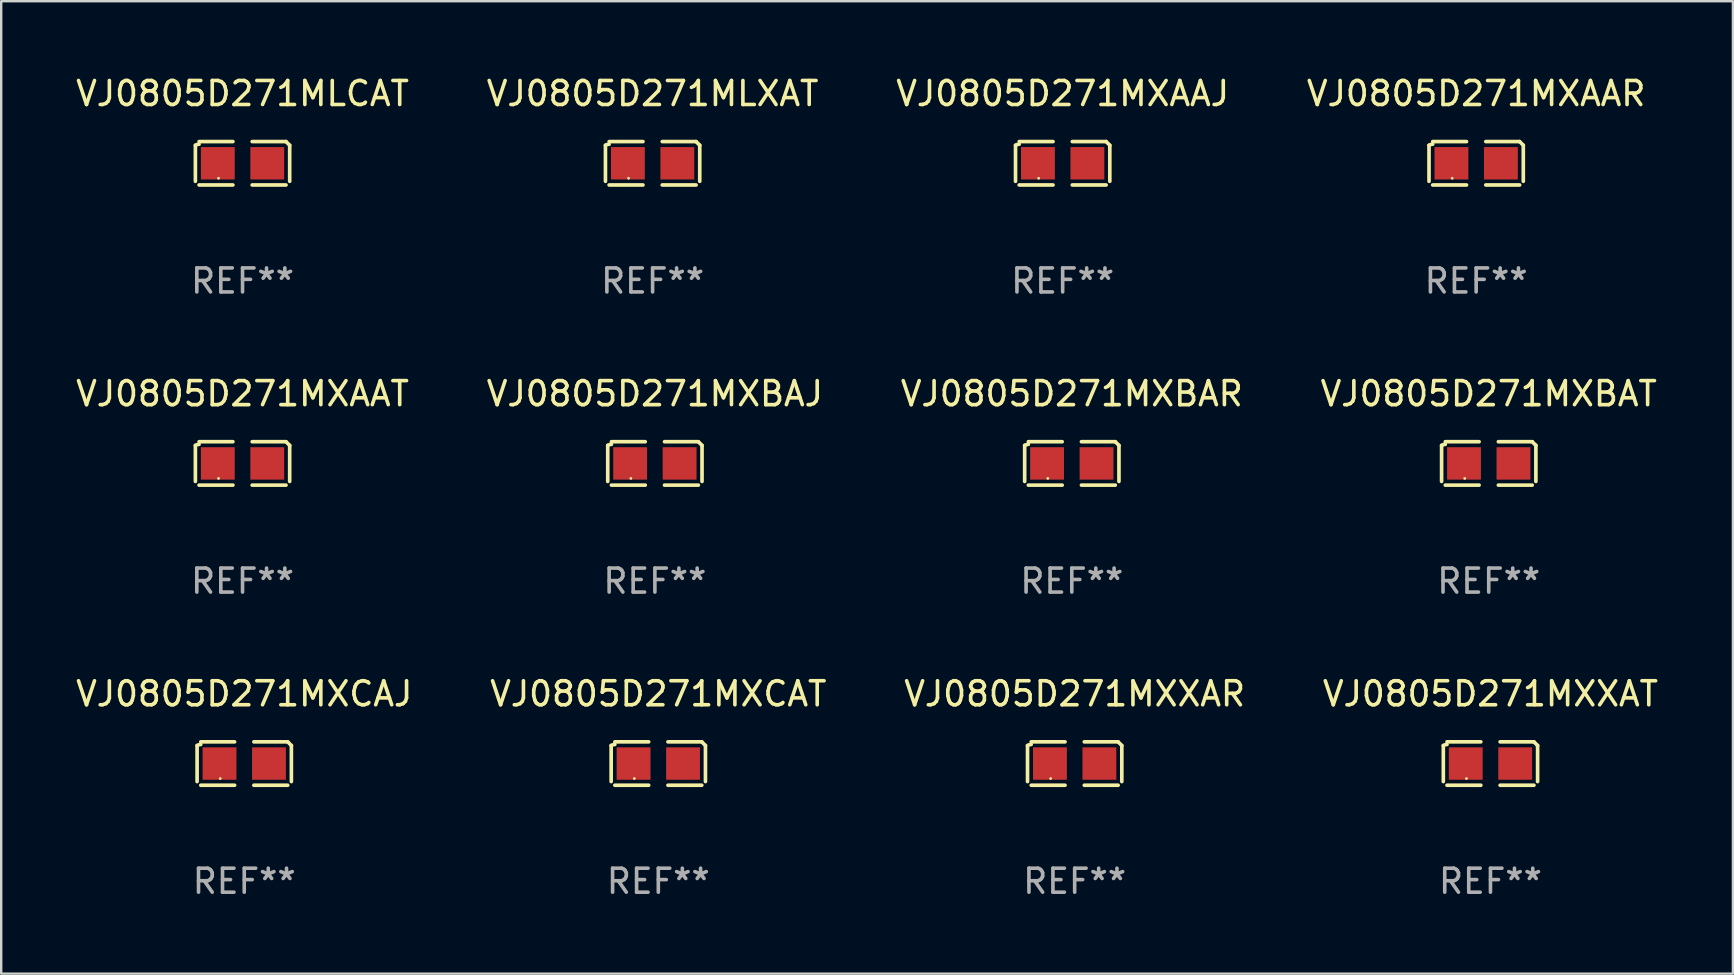
<source format=kicad_pcb>
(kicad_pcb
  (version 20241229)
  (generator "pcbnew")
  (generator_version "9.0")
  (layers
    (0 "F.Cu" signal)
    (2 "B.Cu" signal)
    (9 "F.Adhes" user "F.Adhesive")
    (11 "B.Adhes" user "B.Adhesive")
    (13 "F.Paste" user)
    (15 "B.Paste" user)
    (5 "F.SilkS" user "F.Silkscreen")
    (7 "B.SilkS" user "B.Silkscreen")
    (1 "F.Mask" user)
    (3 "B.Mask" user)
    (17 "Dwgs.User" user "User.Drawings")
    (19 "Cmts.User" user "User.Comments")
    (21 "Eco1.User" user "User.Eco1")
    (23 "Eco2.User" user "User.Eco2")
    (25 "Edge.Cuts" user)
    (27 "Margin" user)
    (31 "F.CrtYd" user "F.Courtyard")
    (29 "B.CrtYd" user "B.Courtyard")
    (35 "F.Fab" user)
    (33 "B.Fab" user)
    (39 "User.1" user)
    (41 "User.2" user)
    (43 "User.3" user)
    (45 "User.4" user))
  (footprint "VJ0805D271MXXAR"
    (layer "F.Cu")
    (at 41.72 28.759)
    (property "Reference" "VJ0805D271MXXAR" (at 0 -2.904 0) (layer "F.SilkS") (effects (font (size 1 1) (thickness 0.15))))
    (attr through_hole)
    (fp_line (start -1.964 0.751) (end -1.964 -0.751) (stroke (width 0.152) (type solid)) (layer "F.SilkS"))
    (fp_line (start -1.811 -0.904) (end -0.401 -0.904) (stroke (width 0.152) (type solid)) (layer "F.SilkS"))
    (fp_line (start -0.401 0.904) (end -1.811 0.904) (stroke (width 0.152) (type solid)) (layer "F.SilkS"))
    (fp_line (start 0.401 0.904) (end 1.811 0.904) (stroke (width 0.152) (type solid)) (layer "F.SilkS"))
    (fp_line (start 1.811 -0.904) (end 0.401 -0.904) (stroke (width 0.152) (type solid)) (layer "F.SilkS"))
    (fp_line (start 1.964 0.751) (end 1.964 -0.751) (stroke (width 0.152) (type solid)) (layer "F.SilkS"))
    (fp_arc (start -1.963602 -0.751207) (mid -1.890354 -0.783131) (end -1.811201 -0.794044) (stroke (width 0.1524) (type solid)) (layer "F.SilkS"))
    (fp_arc (start 1.811202 -0.903607) (mid 1.887413 -0.827418) (end 1.963602 -0.751207) (stroke (width 0.1524) (type solid)) (layer "F.SilkS"))
    (fp_circle (center -1 0.625) (end -0.97 0.625) (stroke (width 0.06) (type solid)) (fill no) (layer "F.SilkS"))
    (fp_text user "REF**" (at 0 4.904 0) (layer "F.Fab") (effects (font (size 1 1) (thickness 0.15))))
    (pad "1" smd rect (at -1.03 0) (size 1.41 1.35) (layers "F.Cu" "F.Mask" "F.Paste"))
    (pad "2" smd rect (at 1.03 0) (size 1.41 1.35) (layers "F.Cu" "F.Mask" "F.Paste")))
  (footprint "VJ0805D271MXCAJ"
    (layer "F.Cu")
    (at 7.125 28.759)
    (property "Reference" "VJ0805D271MXCAJ" (at 0 -2.904 0) (layer "F.SilkS") (effects (font (size 1 1) (thickness 0.15))))
    (attr through_hole)
    (fp_line (start -1.964 0.751) (end -1.964 -0.751) (stroke (width 0.152) (type solid)) (layer "F.SilkS"))
    (fp_line (start -1.811 -0.904) (end -0.401 -0.904) (stroke (width 0.152) (type solid)) (layer "F.SilkS"))
    (fp_line (start -0.401 0.904) (end -1.811 0.904) (stroke (width 0.152) (type solid)) (layer "F.SilkS"))
    (fp_line (start 0.401 0.904) (end 1.811 0.904) (stroke (width 0.152) (type solid)) (layer "F.SilkS"))
    (fp_line (start 1.811 -0.904) (end 0.401 -0.904) (stroke (width 0.152) (type solid)) (layer "F.SilkS"))
    (fp_line (start 1.964 0.751) (end 1.964 -0.751) (stroke (width 0.152) (type solid)) (layer "F.SilkS"))
    (fp_arc (start -1.963602 -0.751207) (mid -1.890354 -0.783131) (end -1.811201 -0.794044) (stroke (width 0.1524) (type solid)) (layer "F.SilkS"))
    (fp_arc (start 1.811202 -0.903607) (mid 1.887413 -0.827418) (end 1.963602 -0.751207) (stroke (width 0.1524) (type solid)) (layer "F.SilkS"))
    (fp_circle (center -1 0.625) (end -0.97 0.625) (stroke (width 0.06) (type solid)) (fill no) (layer "F.SilkS"))
    (fp_text user "REF**" (at 0 4.904 0) (layer "F.Fab") (effects (font (size 1 1) (thickness 0.15))))
    (pad "1" smd rect (at -1.03 0) (size 1.41 1.35) (layers "F.Cu" "F.Mask" "F.Paste"))
    (pad "2" smd rect (at 1.03 0) (size 1.41 1.35) (layers "F.Cu" "F.Mask" "F.Paste")))
  (footprint "VJ0805D271MXXAT"
    (layer "F.Cu")
    (at 59.042 28.759)
    (property "Reference" "VJ0805D271MXXAT" (at 0 -2.904 0) (layer "F.SilkS") (effects (font (size 1 1) (thickness 0.15))))
    (attr through_hole)
    (fp_line (start -1.964 0.751) (end -1.964 -0.751) (stroke (width 0.152) (type solid)) (layer "F.SilkS"))
    (fp_line (start -1.811 -0.904) (end -0.401 -0.904) (stroke (width 0.152) (type solid)) (layer "F.SilkS"))
    (fp_line (start -0.401 0.904) (end -1.811 0.904) (stroke (width 0.152) (type solid)) (layer "F.SilkS"))
    (fp_line (start 0.401 0.904) (end 1.811 0.904) (stroke (width 0.152) (type solid)) (layer "F.SilkS"))
    (fp_line (start 1.811 -0.904) (end 0.401 -0.904) (stroke (width 0.152) (type solid)) (layer "F.SilkS"))
    (fp_line (start 1.964 0.751) (end 1.964 -0.751) (stroke (width 0.152) (type solid)) (layer "F.SilkS"))
    (fp_arc (start -1.963602 -0.751207) (mid -1.890354 -0.783131) (end -1.811201 -0.794044) (stroke (width 0.1524) (type solid)) (layer "F.SilkS"))
    (fp_arc (start 1.811202 -0.903607) (mid 1.887413 -0.827418) (end 1.963602 -0.751207) (stroke (width 0.1524) (type solid)) (layer "F.SilkS"))
    (fp_circle (center -1 0.625) (end -0.97 0.625) (stroke (width 0.06) (type solid)) (fill no) (layer "F.SilkS"))
    (fp_text user "REF**" (at 0 4.904 0) (layer "F.Fab") (effects (font (size 1 1) (thickness 0.15))))
    (pad "1" smd rect (at -1.03 0) (size 1.41 1.35) (layers "F.Cu" "F.Mask" "F.Paste"))
    (pad "2" smd rect (at 1.03 0) (size 1.41 1.35) (layers "F.Cu" "F.Mask" "F.Paste")))
  (footprint "VJ0805D271MXAAR"
    (layer "F.Cu")
    (at 58.446 3.752)
    (property "Reference" "VJ0805D271MXAAR" (at 0 -2.904 0) (layer "F.SilkS") (effects (font (size 1 1) (thickness 0.15))))
    (attr through_hole)
    (fp_line (start -1.964 0.751) (end -1.964 -0.751) (stroke (width 0.152) (type solid)) (layer "F.SilkS"))
    (fp_line (start -1.811 -0.904) (end -0.401 -0.904) (stroke (width 0.152) (type solid)) (layer "F.SilkS"))
    (fp_line (start -0.401 0.904) (end -1.811 0.904) (stroke (width 0.152) (type solid)) (layer "F.SilkS"))
    (fp_line (start 0.401 0.904) (end 1.811 0.904) (stroke (width 0.152) (type solid)) (layer "F.SilkS"))
    (fp_line (start 1.811 -0.904) (end 0.401 -0.904) (stroke (width 0.152) (type solid)) (layer "F.SilkS"))
    (fp_line (start 1.964 0.751) (end 1.964 -0.751) (stroke (width 0.152) (type solid)) (layer "F.SilkS"))
    (fp_arc (start -1.963602 -0.751207) (mid -1.890354 -0.783131) (end -1.811201 -0.794044) (stroke (width 0.1524) (type solid)) (layer "F.SilkS"))
    (fp_arc (start 1.811202 -0.903607) (mid 1.887413 -0.827418) (end 1.963602 -0.751207) (stroke (width 0.1524) (type solid)) (layer "F.SilkS"))
    (fp_circle (center -1 0.625) (end -0.97 0.625) (stroke (width 0.06) (type solid)) (fill no) (layer "F.SilkS"))
    (fp_text user "REF**" (at 0 4.904 0) (layer "F.Fab") (effects (font (size 1 1) (thickness 0.15))))
    (pad "1" smd rect (at -1.03 0) (size 1.41 1.35) (layers "F.Cu" "F.Mask" "F.Paste"))
    (pad "2" smd rect (at 1.03 0) (size 1.41 1.35) (layers "F.Cu" "F.Mask" "F.Paste")))
  (footprint "VJ0805D271MXBAT"
    (layer "F.Cu")
    (at 58.97 16.256)
    (property "Reference" "VJ0805D271MXBAT" (at 0 -2.904 0) (layer "F.SilkS") (effects (font (size 1 1) (thickness 0.15))))
    (attr through_hole)
    (fp_line (start -1.964 0.751) (end -1.964 -0.751) (stroke (width 0.152) (type solid)) (layer "F.SilkS"))
    (fp_line (start -1.811 -0.904) (end -0.401 -0.904) (stroke (width 0.152) (type solid)) (layer "F.SilkS"))
    (fp_line (start -0.401 0.904) (end -1.811 0.904) (stroke (width 0.152) (type solid)) (layer "F.SilkS"))
    (fp_line (start 0.401 0.904) (end 1.811 0.904) (stroke (width 0.152) (type solid)) (layer "F.SilkS"))
    (fp_line (start 1.811 -0.904) (end 0.401 -0.904) (stroke (width 0.152) (type solid)) (layer "F.SilkS"))
    (fp_line (start 1.964 0.751) (end 1.964 -0.751) (stroke (width 0.152) (type solid)) (layer "F.SilkS"))
    (fp_arc (start -1.963602 -0.751207) (mid -1.890354 -0.783131) (end -1.811201 -0.794044) (stroke (width 0.1524) (type solid)) (layer "F.SilkS"))
    (fp_arc (start 1.811202 -0.903607) (mid 1.887413 -0.827418) (end 1.963602 -0.751207) (stroke (width 0.1524) (type solid)) (layer "F.SilkS"))
    (fp_circle (center -1 0.625) (end -0.97 0.625) (stroke (width 0.06) (type solid)) (fill no) (layer "F.SilkS"))
    (fp_text user "REF**" (at 0 4.904 0) (layer "F.Fab") (effects (font (size 1 1) (thickness 0.15))))
    (pad "1" smd rect (at -1.03 0) (size 1.41 1.35) (layers "F.Cu" "F.Mask" "F.Paste"))
    (pad "2" smd rect (at 1.03 0) (size 1.41 1.35) (layers "F.Cu" "F.Mask" "F.Paste")))
  (footprint "VJ0805D271MLXAT"
    (layer "F.Cu")
    (at 24.137 3.752)
    (property "Reference" "VJ0805D271MLXAT" (at 0 -2.904 0) (layer "F.SilkS") (effects (font (size 1 1) (thickness 0.15))))
    (attr through_hole)
    (fp_line (start -1.964 0.751) (end -1.964 -0.751) (stroke (width 0.152) (type solid)) (layer "F.SilkS"))
    (fp_line (start -1.811 -0.904) (end -0.401 -0.904) (stroke (width 0.152) (type solid)) (layer "F.SilkS"))
    (fp_line (start -0.401 0.904) (end -1.811 0.904) (stroke (width 0.152) (type solid)) (layer "F.SilkS"))
    (fp_line (start 0.401 0.904) (end 1.811 0.904) (stroke (width 0.152) (type solid)) (layer "F.SilkS"))
    (fp_line (start 1.811 -0.904) (end 0.401 -0.904) (stroke (width 0.152) (type solid)) (layer "F.SilkS"))
    (fp_line (start 1.964 0.751) (end 1.964 -0.751) (stroke (width 0.152) (type solid)) (layer "F.SilkS"))
    (fp_arc (start -1.963602 -0.751207) (mid -1.890354 -0.783131) (end -1.811201 -0.794044) (stroke (width 0.1524) (type solid)) (layer "F.SilkS"))
    (fp_arc (start 1.811202 -0.903607) (mid 1.887413 -0.827418) (end 1.963602 -0.751207) (stroke (width 0.1524) (type solid)) (layer "F.SilkS"))
    (fp_circle (center -1 0.625) (end -0.97 0.625) (stroke (width 0.06) (type solid)) (fill no) (layer "F.SilkS"))
    (fp_text user "REF**" (at 0 4.904 0) (layer "F.Fab") (effects (font (size 1 1) (thickness 0.15))))
    (pad "1" smd rect (at -1.03 0) (size 1.41 1.35) (layers "F.Cu" "F.Mask" "F.Paste"))
    (pad "2" smd rect (at 1.03 0) (size 1.41 1.35) (layers "F.Cu" "F.Mask" "F.Paste")))
  (footprint "VJ0805D271MXAAT"
    (layer "F.Cu")
    (at 7.054 16.256)
    (property "Reference" "VJ0805D271MXAAT" (at 0 -2.904 0) (layer "F.SilkS") (effects (font (size 1 1) (thickness 0.15))))
    (attr through_hole)
    (fp_line (start -1.964 0.751) (end -1.964 -0.751) (stroke (width 0.152) (type solid)) (layer "F.SilkS"))
    (fp_line (start -1.811 -0.904) (end -0.401 -0.904) (stroke (width 0.152) (type solid)) (layer "F.SilkS"))
    (fp_line (start -0.401 0.904) (end -1.811 0.904) (stroke (width 0.152) (type solid)) (layer "F.SilkS"))
    (fp_line (start 0.401 0.904) (end 1.811 0.904) (stroke (width 0.152) (type solid)) (layer "F.SilkS"))
    (fp_line (start 1.811 -0.904) (end 0.401 -0.904) (stroke (width 0.152) (type solid)) (layer "F.SilkS"))
    (fp_line (start 1.964 0.751) (end 1.964 -0.751) (stroke (width 0.152) (type solid)) (layer "F.SilkS"))
    (fp_arc (start -1.963602 -0.751207) (mid -1.890354 -0.783131) (end -1.811201 -0.794044) (stroke (width 0.1524) (type solid)) (layer "F.SilkS"))
    (fp_arc (start 1.811202 -0.903607) (mid 1.887413 -0.827418) (end 1.963602 -0.751207) (stroke (width 0.1524) (type solid)) (layer "F.SilkS"))
    (fp_circle (center -1 0.625) (end -0.97 0.625) (stroke (width 0.06) (type solid)) (fill no) (layer "F.SilkS"))
    (fp_text user "REF**" (at 0 4.904 0) (layer "F.Fab") (effects (font (size 1 1) (thickness 0.15))))
    (pad "1" smd rect (at -1.03 0) (size 1.41 1.35) (layers "F.Cu" "F.Mask" "F.Paste"))
    (pad "2" smd rect (at 1.03 0) (size 1.41 1.35) (layers "F.Cu" "F.Mask" "F.Paste")))
  (footprint "VJ0805D271MXCAT"
    (layer "F.Cu")
    (at 24.375 28.759)
    (property "Reference" "VJ0805D271MXCAT" (at 0 -2.904 0) (layer "F.SilkS") (effects (font (size 1 1) (thickness 0.15))))
    (attr through_hole)
    (fp_line (start -1.964 0.751) (end -1.964 -0.751) (stroke (width 0.152) (type solid)) (layer "F.SilkS"))
    (fp_line (start -1.811 -0.904) (end -0.401 -0.904) (stroke (width 0.152) (type solid)) (layer "F.SilkS"))
    (fp_line (start -0.401 0.904) (end -1.811 0.904) (stroke (width 0.152) (type solid)) (layer "F.SilkS"))
    (fp_line (start 0.401 0.904) (end 1.811 0.904) (stroke (width 0.152) (type solid)) (layer "F.SilkS"))
    (fp_line (start 1.811 -0.904) (end 0.401 -0.904) (stroke (width 0.152) (type solid)) (layer "F.SilkS"))
    (fp_line (start 1.964 0.751) (end 1.964 -0.751) (stroke (width 0.152) (type solid)) (layer "F.SilkS"))
    (fp_arc (start -1.963602 -0.751207) (mid -1.890354 -0.783131) (end -1.811201 -0.794044) (stroke (width 0.1524) (type solid)) (layer "F.SilkS"))
    (fp_arc (start 1.811202 -0.903607) (mid 1.887413 -0.827418) (end 1.963602 -0.751207) (stroke (width 0.1524) (type solid)) (layer "F.SilkS"))
    (fp_circle (center -1 0.625) (end -0.97 0.625) (stroke (width 0.06) (type solid)) (fill no) (layer "F.SilkS"))
    (fp_text user "REF**" (at 0 4.904 0) (layer "F.Fab") (effects (font (size 1 1) (thickness 0.15))))
    (pad "1" smd rect (at -1.03 0) (size 1.41 1.35) (layers "F.Cu" "F.Mask" "F.Paste"))
    (pad "2" smd rect (at 1.03 0) (size 1.41 1.35) (layers "F.Cu" "F.Mask" "F.Paste")))
  (footprint "VJ0805D271MXBAJ"
    (layer "F.Cu")
    (at 24.232 16.256)
    (property "Reference" "VJ0805D271MXBAJ" (at 0 -2.904 0) (layer "F.SilkS") (effects (font (size 1 1) (thickness 0.15))))
    (attr through_hole)
    (fp_line (start -1.964 0.751) (end -1.964 -0.751) (stroke (width 0.152) (type solid)) (layer "F.SilkS"))
    (fp_line (start -1.811 -0.904) (end -0.401 -0.904) (stroke (width 0.152) (type solid)) (layer "F.SilkS"))
    (fp_line (start -0.401 0.904) (end -1.811 0.904) (stroke (width 0.152) (type solid)) (layer "F.SilkS"))
    (fp_line (start 0.401 0.904) (end 1.811 0.904) (stroke (width 0.152) (type solid)) (layer "F.SilkS"))
    (fp_line (start 1.811 -0.904) (end 0.401 -0.904) (stroke (width 0.152) (type solid)) (layer "F.SilkS"))
    (fp_line (start 1.964 0.751) (end 1.964 -0.751) (stroke (width 0.152) (type solid)) (layer "F.SilkS"))
    (fp_arc (start -1.963602 -0.751207) (mid -1.890354 -0.783131) (end -1.811201 -0.794044) (stroke (width 0.1524) (type solid)) (layer "F.SilkS"))
    (fp_arc (start 1.811202 -0.903607) (mid 1.887413 -0.827418) (end 1.963602 -0.751207) (stroke (width 0.1524) (type solid)) (layer "F.SilkS"))
    (fp_circle (center -1 0.625) (end -0.97 0.625) (stroke (width 0.06) (type solid)) (fill no) (layer "F.SilkS"))
    (fp_text user "REF**" (at 0 4.904 0) (layer "F.Fab") (effects (font (size 1 1) (thickness 0.15))))
    (pad "1" smd rect (at -1.03 0) (size 1.41 1.35) (layers "F.Cu" "F.Mask" "F.Paste"))
    (pad "2" smd rect (at 1.03 0) (size 1.41 1.35) (layers "F.Cu" "F.Mask" "F.Paste")))
  (footprint "VJ0805D271MXAAJ"
    (layer "F.Cu")
    (at 41.22 3.752)
    (property "Reference" "VJ0805D271MXAAJ" (at 0 -2.904 0) (layer "F.SilkS") (effects (font (size 1 1) (thickness 0.15))))
    (attr through_hole)
    (fp_line (start -1.964 0.751) (end -1.964 -0.751) (stroke (width 0.152) (type solid)) (layer "F.SilkS"))
    (fp_line (start -1.811 -0.904) (end -0.401 -0.904) (stroke (width 0.152) (type solid)) (layer "F.SilkS"))
    (fp_line (start -0.401 0.904) (end -1.811 0.904) (stroke (width 0.152) (type solid)) (layer "F.SilkS"))
    (fp_line (start 0.401 0.904) (end 1.811 0.904) (stroke (width 0.152) (type solid)) (layer "F.SilkS"))
    (fp_line (start 1.811 -0.904) (end 0.401 -0.904) (stroke (width 0.152) (type solid)) (layer "F.SilkS"))
    (fp_line (start 1.964 0.751) (end 1.964 -0.751) (stroke (width 0.152) (type solid)) (layer "F.SilkS"))
    (fp_arc (start -1.963602 -0.751207) (mid -1.890354 -0.783131) (end -1.811201 -0.794044) (stroke (width 0.1524) (type solid)) (layer "F.SilkS"))
    (fp_arc (start 1.811202 -0.903607) (mid 1.887413 -0.827418) (end 1.963602 -0.751207) (stroke (width 0.1524) (type solid)) (layer "F.SilkS"))
    (fp_circle (center -1 0.625) (end -0.97 0.625) (stroke (width 0.06) (type solid)) (fill no) (layer "F.SilkS"))
    (fp_text user "REF**" (at 0 4.904 0) (layer "F.Fab") (effects (font (size 1 1) (thickness 0.15))))
    (pad "1" smd rect (at -1.03 0) (size 1.41 1.35) (layers "F.Cu" "F.Mask" "F.Paste"))
    (pad "2" smd rect (at 1.03 0) (size 1.41 1.35) (layers "F.Cu" "F.Mask" "F.Paste")))
  (footprint "VJ0805D271MLCAT"
    (layer "F.Cu")
    (at 7.054 3.752)
    (property "Reference" "VJ0805D271MLCAT" (at 0 -2.904 0) (layer "F.SilkS") (effects (font (size 1 1) (thickness 0.15))))
    (attr through_hole)
    (fp_line (start -1.964 0.751) (end -1.964 -0.751) (stroke (width 0.152) (type solid)) (layer "F.SilkS"))
    (fp_line (start -1.811 -0.904) (end -0.401 -0.904) (stroke (width 0.152) (type solid)) (layer "F.SilkS"))
    (fp_line (start -0.401 0.904) (end -1.811 0.904) (stroke (width 0.152) (type solid)) (layer "F.SilkS"))
    (fp_line (start 0.401 0.904) (end 1.811 0.904) (stroke (width 0.152) (type solid)) (layer "F.SilkS"))
    (fp_line (start 1.811 -0.904) (end 0.401 -0.904) (stroke (width 0.152) (type solid)) (layer "F.SilkS"))
    (fp_line (start 1.964 0.751) (end 1.964 -0.751) (stroke (width 0.152) (type solid)) (layer "F.SilkS"))
    (fp_arc (start -1.963602 -0.751207) (mid -1.890354 -0.783131) (end -1.811201 -0.794044) (stroke (width 0.1524) (type solid)) (layer "F.SilkS"))
    (fp_arc (start 1.811202 -0.903607) (mid 1.887413 -0.827418) (end 1.963602 -0.751207) (stroke (width 0.1524) (type solid)) (layer "F.SilkS"))
    (fp_circle (center -1 0.625) (end -0.97 0.625) (stroke (width 0.06) (type solid)) (fill no) (layer "F.SilkS"))
    (fp_text user "REF**" (at 0 4.904 0) (layer "F.Fab") (effects (font (size 1 1) (thickness 0.15))))
    (pad "1" smd rect (at -1.03 0) (size 1.41 1.35) (layers "F.Cu" "F.Mask" "F.Paste"))
    (pad "2" smd rect (at 1.03 0) (size 1.41 1.35) (layers "F.Cu" "F.Mask" "F.Paste")))
  (footprint "VJ0805D271MXBAR"
    (layer "F.Cu")
    (at 41.601 16.256)
    (property "Reference" "VJ0805D271MXBAR" (at 0 -2.904 0) (layer "F.SilkS") (effects (font (size 1 1) (thickness 0.15))))
    (attr through_hole)
    (fp_line (start -1.964 0.751) (end -1.964 -0.751) (stroke (width 0.152) (type solid)) (layer "F.SilkS"))
    (fp_line (start -1.811 -0.904) (end -0.401 -0.904) (stroke (width 0.152) (type solid)) (layer "F.SilkS"))
    (fp_line (start -0.401 0.904) (end -1.811 0.904) (stroke (width 0.152) (type solid)) (layer "F.SilkS"))
    (fp_line (start 0.401 0.904) (end 1.811 0.904) (stroke (width 0.152) (type solid)) (layer "F.SilkS"))
    (fp_line (start 1.811 -0.904) (end 0.401 -0.904) (stroke (width 0.152) (type solid)) (layer "F.SilkS"))
    (fp_line (start 1.964 0.751) (end 1.964 -0.751) (stroke (width 0.152) (type solid)) (layer "F.SilkS"))
    (fp_arc (start -1.963602 -0.751207) (mid -1.890354 -0.783131) (end -1.811201 -0.794044) (stroke (width 0.1524) (type solid)) (layer "F.SilkS"))
    (fp_arc (start 1.811202 -0.903607) (mid 1.887413 -0.827418) (end 1.963602 -0.751207) (stroke (width 0.1524) (type solid)) (layer "F.SilkS"))
    (fp_circle (center -1 0.625) (end -0.97 0.625) (stroke (width 0.06) (type solid)) (fill no) (layer "F.SilkS"))
    (fp_text user "REF**" (at 0 4.904 0) (layer "F.Fab") (effects (font (size 1 1) (thickness 0.15))))
    (pad "1" smd rect (at -1.03 0) (size 1.41 1.35) (layers "F.Cu" "F.Mask" "F.Paste"))
    (pad "2" smd rect (at 1.03 0) (size 1.41 1.35) (layers "F.Cu" "F.Mask" "F.Paste")))
  (gr_rect
    (start -3 -3)
    (end 69.143 37.511)
    (stroke (width 0.1) (type default))
    (fill no)
    (layer "Edge.Cuts")))
</source>
